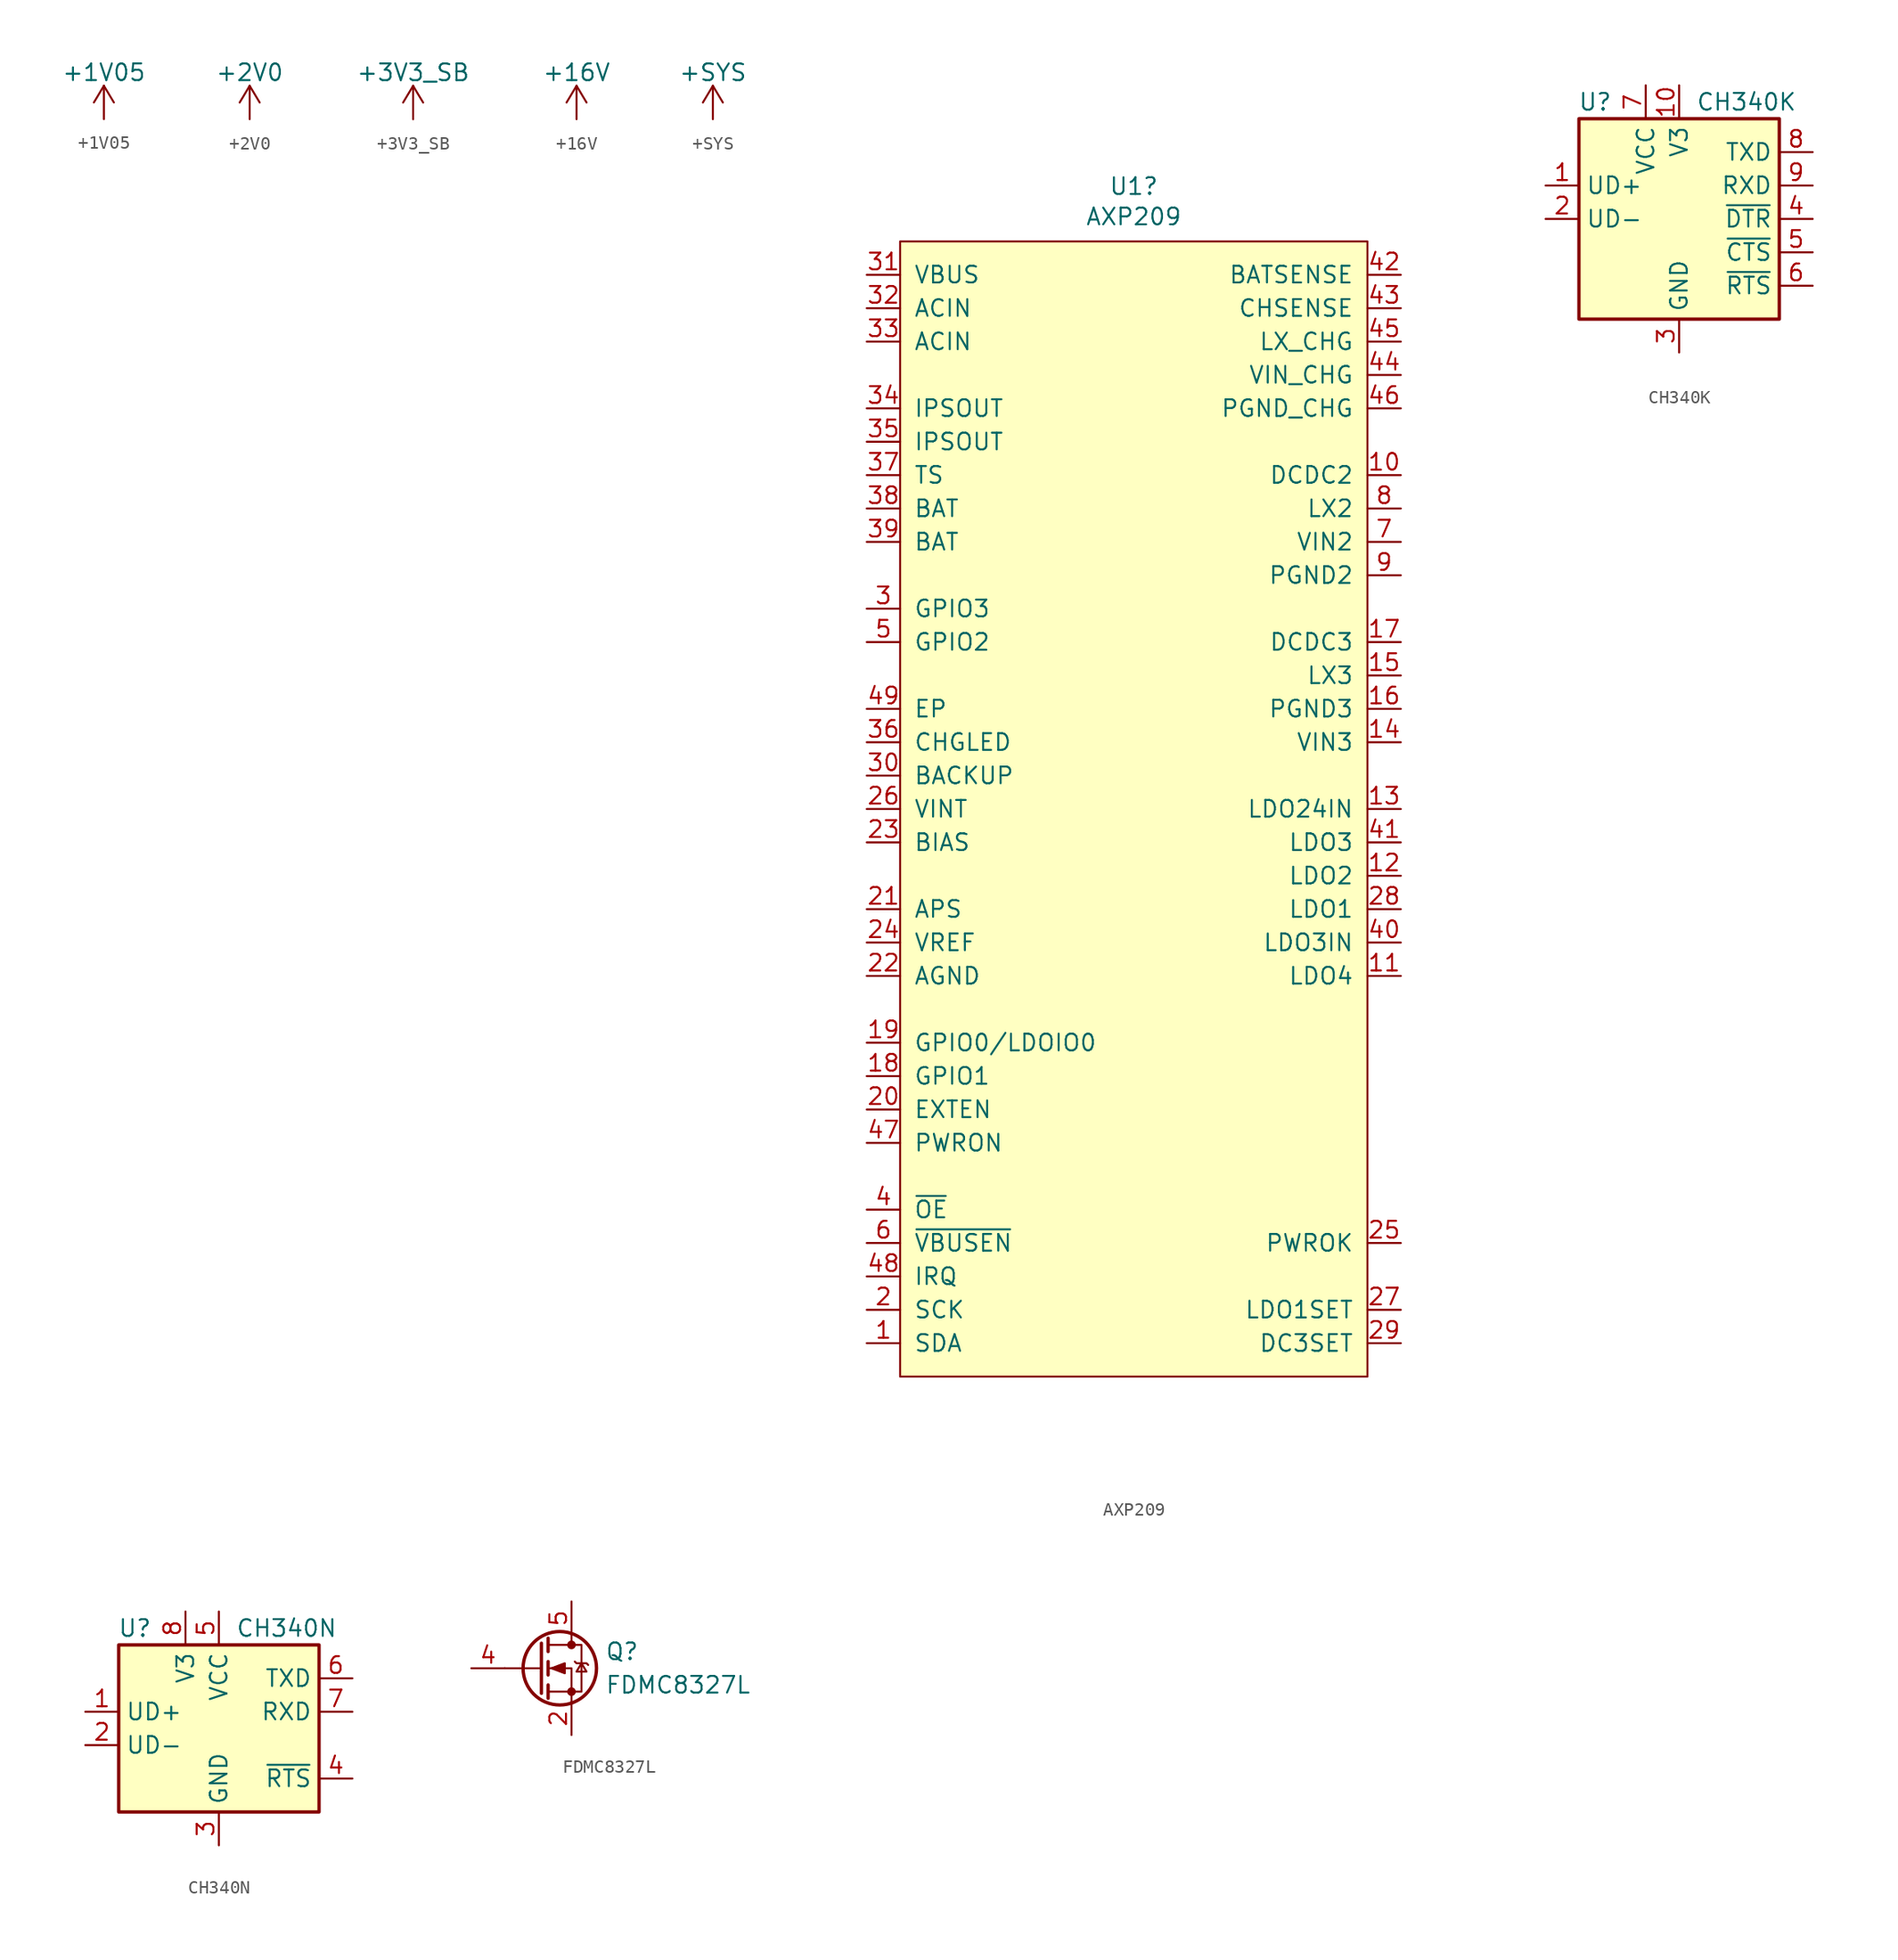
<source format=kicad_sym>
(kicad_symbol_lib
  (version 20231120)
  (generator "kicad_symbol_editor")
  (generator_version "8.0")
  (symbol "+1V05"
    (power)
    (pin_names
      (offset 0))
    (property "Reference" "#PWR"
      (at 0 -3.81 0)
      (effects (font (size 1.27 1.27)) (hide yes)))
    (property "Value" "+1V05"
      (at 0 3.556 0)
      (effects (font (size 1.27 1.27))))
    (symbol "+1V05_0_1"
      (polyline (pts (xy -0.762 1.27) (xy 0 2.54)) (stroke (width 0) (type default)) (fill (type none)))
      (polyline (pts (xy 0 0) (xy 0 2.54)) (stroke (width 0) (type default)) (fill (type none)))
      (polyline (pts (xy 0 2.54) (xy 0.762 1.27)) (stroke (width 0) (type default)) (fill (type none))))
    (symbol "+1V05_1_1"
      (pin power_in line (at 0 0 90) (length 0) hide (name "+1V05" (effects (font (size 1.27 1.27)))) (number "1" (effects (font (size 1.27 1.27)))))))
  (symbol "+2V0"
    (power)
    (pin_names
      (offset 0))
    (property "Reference" "#PWR"
      (at 0 -3.81 0)
      (effects (font (size 1.27 1.27)) (hide yes)))
    (property "Value" "+2V0"
      (at 0 3.556 0)
      (effects (font (size 1.27 1.27))))
    (symbol "+2V0_0_1"
      (polyline (pts (xy -0.762 1.27) (xy 0 2.54)) (stroke (width 0) (type default)) (fill (type none)))
      (polyline (pts (xy 0 0) (xy 0 2.54)) (stroke (width 0) (type default)) (fill (type none)))
      (polyline (pts (xy 0 2.54) (xy 0.762 1.27)) (stroke (width 0) (type default)) (fill (type none))))
    (symbol "+2V0_1_1"
      (pin power_in line (at 0 0 90) (length 0) hide (name "+2V0" (effects (font (size 1.27 1.27)))) (number "1" (effects (font (size 1.27 1.27)))))))
  (symbol "+3V3_SB"
    (power)
    (pin_names
      (offset 0))
    (property "Reference" "#PWR"
      (at 0 -3.81 0)
      (effects (font (size 1.27 1.27)) (hide yes)))
    (property "Value" "+3V3_SB"
      (at 0 3.556 0)
      (effects (font (size 1.27 1.27))))
    (symbol "+3V3_SB_0_1"
      (polyline (pts (xy -0.762 1.27) (xy 0 2.54)) (stroke (width 0) (type default)) (fill (type none)))
      (polyline (pts (xy 0 0) (xy 0 2.54)) (stroke (width 0) (type default)) (fill (type none)))
      (polyline (pts (xy 0 2.54) (xy 0.762 1.27)) (stroke (width 0) (type default)) (fill (type none))))
    (symbol "+3V3_SB_1_1"
      (pin power_in line (at 0 0 90) (length 0) hide (name "+3V3_SB" (effects (font (size 1.27 1.27)))) (number "1" (effects (font (size 1.27 1.27)))))))
  (symbol "+16V"
    (power)
    (pin_names
      (offset 0))
    (property "Reference" "#PWR"
      (at 0 -3.81 0)
      (effects (font (size 1.27 1.27)) (hide yes)))
    (property "Value" "+16V"
      (at 0 3.556 0)
      (effects (font (size 1.27 1.27))))
    (symbol "+16V_0_1"
      (polyline (pts (xy -0.762 1.27) (xy 0 2.54)) (stroke (width 0) (type default)) (fill (type none)))
      (polyline (pts (xy 0 0) (xy 0 2.54)) (stroke (width 0) (type default)) (fill (type none)))
      (polyline (pts (xy 0 2.54) (xy 0.762 1.27)) (stroke (width 0) (type default)) (fill (type none))))
    (symbol "+16V_1_1"
      (pin power_in line (at 0 0 90) (length 0) hide (name "+16V" (effects (font (size 1.27 1.27)))) (number "1" (effects (font (size 1.27 1.27)))))))
  (symbol "+SYS"
    (power)
    (pin_names
      (offset 0))
    (property "Reference" "#PWR"
      (at 0 -3.81 0)
      (effects (font (size 1.27 1.27)) (hide yes)))
    (property "Value" "+SYS"
      (at 0 3.556 0)
      (effects (font (size 1.27 1.27))))
    (symbol "+SYS_0_1"
      (polyline (pts (xy -0.762 1.27) (xy 0 2.54)) (stroke (width 0) (type default)) (fill (type none)))
      (polyline (pts (xy 0 0) (xy 0 2.54)) (stroke (width 0) (type default)) (fill (type none)))
      (polyline (pts (xy 0 2.54) (xy 0.762 1.27)) (stroke (width 0) (type default)) (fill (type none))))
    (symbol "+SYS_1_1"
      (pin power_in line (at 0 0 90) (length 0) hide (name "+SYS" (effects (font (size 1.27 1.27)))) (number "1" (effects (font (size 1.27 1.27)))))))
  (symbol "AXP209"
    (pin_names
      (offset 1.016))
    (property "Reference" "U1"
      (at 0 1.651 0)
      (effects (font (size 1.27 1.27))))
    (property "Value" "AXP209"
      (at 0 -0.66 0)
      (effects (font (size 1.27 1.27))))
    (symbol "AXP209_0_1"
      (rectangle (start -17.78 -2.54) (end 17.78 -88.9) (stroke (width 0) (type default)) (fill (type background))))
    (symbol "AXP209_1_1"
      (pin bidirectional line (at -20.32 -86.36 0) (length 2.54) (name "SDA" (effects (font (size 1.27 1.27)))) (number "1" (effects (font (size 1.27 1.27)))))
      (pin power_in line (at 20.32 -20.32 180) (length 2.54) (name "DCDC2" (effects (font (size 1.27 1.27)))) (number "10" (effects (font (size 1.27 1.27)))))
      (pin power_out line (at 20.32 -58.42 180) (length 2.54) (name "LDO4" (effects (font (size 1.27 1.27)))) (number "11" (effects (font (size 1.27 1.27)))))
      (pin power_out line (at 20.32 -50.8 180) (length 2.54) (name "LDO2" (effects (font (size 1.27 1.27)))) (number "12" (effects (font (size 1.27 1.27)))))
      (pin power_in line (at 20.32 -45.72 180) (length 2.54) (name "LDO24IN" (effects (font (size 1.27 1.27)))) (number "13" (effects (font (size 1.27 1.27)))))
      (pin power_in line (at 20.32 -40.64 180) (length 2.54) (name "VIN3" (effects (font (size 1.27 1.27)))) (number "14" (effects (font (size 1.27 1.27)))))
      (pin power_in line (at 20.32 -35.56 180) (length 2.54) (name "LX3" (effects (font (size 1.27 1.27)))) (number "15" (effects (font (size 1.27 1.27)))))
      (pin power_in line (at 20.32 -38.1 180) (length 2.54) (name "PGND3" (effects (font (size 1.27 1.27)))) (number "16" (effects (font (size 1.27 1.27)))))
      (pin power_in line (at 20.32 -33.02 180) (length 2.54) (name "DCDC3" (effects (font (size 1.27 1.27)))) (number "17" (effects (font (size 1.27 1.27)))))
      (pin bidirectional line (at -20.32 -66.04 0) (length 2.54) (name "GPIO1" (effects (font (size 1.27 1.27)))) (number "18" (effects (font (size 1.27 1.27)))))
      (pin bidirectional line (at -20.32 -63.5 0) (length 2.54) (name "GPIO0/LDOIO0" (effects (font (size 1.27 1.27)))) (number "19" (effects (font (size 1.27 1.27)))))
      (pin bidirectional line (at -20.32 -83.82 0) (length 2.54) (name "SCK" (effects (font (size 1.27 1.27)))) (number "2" (effects (font (size 1.27 1.27)))))
      (pin output line (at -20.32 -68.58 0) (length 2.54) (name "EXTEN" (effects (font (size 1.27 1.27)))) (number "20" (effects (font (size 1.27 1.27)))))
      (pin input line (at -20.32 -53.34 0) (length 2.54) (name "APS" (effects (font (size 1.27 1.27)))) (number "21" (effects (font (size 1.27 1.27)))))
      (pin power_in line (at -20.32 -58.42 0) (length 2.54) (name "AGND" (effects (font (size 1.27 1.27)))) (number "22" (effects (font (size 1.27 1.27)))))
      (pin input line (at -20.32 -48.26 0) (length 2.54) (name "BIAS" (effects (font (size 1.27 1.27)))) (number "23" (effects (font (size 1.27 1.27)))))
      (pin power_out line (at -20.32 -55.88 0) (length 2.54) (name "VREF" (effects (font (size 1.27 1.27)))) (number "24" (effects (font (size 1.27 1.27)))))
      (pin output line (at 20.32 -78.74 180) (length 2.54) (name "PWROK" (effects (font (size 1.27 1.27)))) (number "25" (effects (font (size 1.27 1.27)))))
      (pin power_out line (at -20.32 -45.72 0) (length 2.54) (name "VINT" (effects (font (size 1.27 1.27)))) (number "26" (effects (font (size 1.27 1.27)))))
      (pin input line (at 20.32 -83.82 180) (length 2.54) (name "LDO1SET" (effects (font (size 1.27 1.27)))) (number "27" (effects (font (size 1.27 1.27)))))
      (pin power_out line (at 20.32 -53.34 180) (length 2.54) (name "LDO1" (effects (font (size 1.27 1.27)))) (number "28" (effects (font (size 1.27 1.27)))))
      (pin input line (at 20.32 -86.36 180) (length 2.54) (name "DC3SET" (effects (font (size 1.27 1.27)))) (number "29" (effects (font (size 1.27 1.27)))))
      (pin bidirectional line (at -20.32 -30.48 0) (length 2.54) (name "GPIO3" (effects (font (size 1.27 1.27)))) (number "3" (effects (font (size 1.27 1.27)))))
      (pin power_in line (at -20.32 -43.18 0) (length 2.54) (name "BACKUP" (effects (font (size 1.27 1.27)))) (number "30" (effects (font (size 1.27 1.27)))))
      (pin power_in line (at -20.32 -5.08 0) (length 2.54) (name "VBUS" (effects (font (size 1.27 1.27)))) (number "31" (effects (font (size 1.27 1.27)))))
      (pin power_in line (at -20.32 -7.62 0) (length 2.54) (name "ACIN" (effects (font (size 1.27 1.27)))) (number "32" (effects (font (size 1.27 1.27)))))
      (pin power_in line (at -20.32 -10.16 0) (length 2.54) (name "ACIN" (effects (font (size 1.27 1.27)))) (number "33" (effects (font (size 1.27 1.27)))))
      (pin power_out line (at -20.32 -15.24 0) (length 2.54) (name "IPSOUT" (effects (font (size 1.27 1.27)))) (number "34" (effects (font (size 1.27 1.27)))))
      (pin power_out line (at -20.32 -17.78 0) (length 2.54) (name "IPSOUT" (effects (font (size 1.27 1.27)))) (number "35" (effects (font (size 1.27 1.27)))))
      (pin output line (at -20.32 -40.64 0) (length 2.54) (name "CHGLED" (effects (font (size 1.27 1.27)))) (number "36" (effects (font (size 1.27 1.27)))))
      (pin input line (at -20.32 -20.32 0) (length 2.54) (name "TS" (effects (font (size 1.27 1.27)))) (number "37" (effects (font (size 1.27 1.27)))))
      (pin power_in line (at -20.32 -22.86 0) (length 2.54) (name "BAT" (effects (font (size 1.27 1.27)))) (number "38" (effects (font (size 1.27 1.27)))))
      (pin power_in line (at -20.32 -25.4 0) (length 2.54) (name "BAT" (effects (font (size 1.27 1.27)))) (number "39" (effects (font (size 1.27 1.27)))))
      (pin input line (at -20.32 -76.2 0) (length 2.54) (name "~{OE}" (effects (font (size 1.27 1.27)))) (number "4" (effects (font (size 1.27 1.27)))))
      (pin power_in line (at 20.32 -55.88 180) (length 2.54) (name "LDO3IN" (effects (font (size 1.27 1.27)))) (number "40" (effects (font (size 1.27 1.27)))))
      (pin power_out line (at 20.32 -48.26 180) (length 2.54) (name "LDO3" (effects (font (size 1.27 1.27)))) (number "41" (effects (font (size 1.27 1.27)))))
      (pin input line (at 20.32 -5.08 180) (length 2.54) (name "BATSENSE" (effects (font (size 1.27 1.27)))) (number "42" (effects (font (size 1.27 1.27)))))
      (pin input line (at 20.32 -7.62 180) (length 2.54) (name "CHSENSE" (effects (font (size 1.27 1.27)))) (number "43" (effects (font (size 1.27 1.27)))))
      (pin output line (at 20.32 -12.7 180) (length 2.54) (name "VIN_CHG" (effects (font (size 1.27 1.27)))) (number "44" (effects (font (size 1.27 1.27)))))
      (pin output line (at 20.32 -10.16 180) (length 2.54) (name "LX_CHG" (effects (font (size 1.27 1.27)))) (number "45" (effects (font (size 1.27 1.27)))))
      (pin power_in line (at 20.32 -15.24 180) (length 2.54) (name "PGND_CHG" (effects (font (size 1.27 1.27)))) (number "46" (effects (font (size 1.27 1.27)))))
      (pin input line (at -20.32 -71.12 0) (length 2.54) (name "PWRON" (effects (font (size 1.27 1.27)))) (number "47" (effects (font (size 1.27 1.27)))))
      (pin output line (at -20.32 -81.28 0) (length 2.54) (name "IRQ" (effects (font (size 1.27 1.27)))) (number "48" (effects (font (size 1.27 1.27)))))
      (pin power_in line (at -20.32 -38.1 0) (length 2.54) (name "EP" (effects (font (size 1.27 1.27)))) (number "49" (effects (font (size 1.27 1.27)))))
      (pin bidirectional line (at -20.32 -33.02 0) (length 2.54) (name "GPIO2" (effects (font (size 1.27 1.27)))) (number "5" (effects (font (size 1.27 1.27)))))
      (pin input line (at -20.32 -78.74 0) (length 2.54) (name "~{VBUSEN}" (effects (font (size 1.27 1.27)))) (number "6" (effects (font (size 1.27 1.27)))))
      (pin power_in line (at 20.32 -25.4 180) (length 2.54) (name "VIN2" (effects (font (size 1.27 1.27)))) (number "7" (effects (font (size 1.27 1.27)))))
      (pin power_in line (at 20.32 -22.86 180) (length 2.54) (name "LX2" (effects (font (size 1.27 1.27)))) (number "8" (effects (font (size 1.27 1.27)))))
      (pin power_in line (at 20.32 -27.94 180) (length 2.54) (name "PGND2" (effects (font (size 1.27 1.27)))) (number "9" (effects (font (size 1.27 1.27)))))))
  (symbol "CH340K"
    (property "Reference" "U"
      (at -5.08 8.89 0)
      (effects (font (size 1.27 1.27)) (justify right)))
    (property "Value" "CH340K"
      (at 1.27 8.89 0)
      (effects (font (size 1.27 1.27)) (justify left)))
    (symbol "CH340K_0_1"
      (rectangle (start -7.62 7.62) (end 7.62 -7.62) (stroke (width 0.254) (type default)) (fill (type background))))
    (symbol "CH340K_1_1"
      (pin bidirectional line (at -10.16 2.54 0) (length 2.54) (name "UD+" (effects (font (size 1.27 1.27)))) (number "1" (effects (font (size 1.27 1.27)))))
      (pin passive line (at 0 10.16 270) (length 2.54) (name "V3" (effects (font (size 1.27 1.27)))) (number "10" (effects (font (size 1.27 1.27)))))
      (pin bidirectional line (at -10.16 0 0) (length 2.54) (name "UD-" (effects (font (size 1.27 1.27)))) (number "2" (effects (font (size 1.27 1.27)))))
      (pin power_in line (at 0 -10.16 90) (length 2.54) (name "GND" (effects (font (size 1.27 1.27)))) (number "3" (effects (font (size 1.27 1.27)))))
      (pin output line (at 10.16 0 180) (length 2.54) (name "~{DTR}" (effects (font (size 1.27 1.27)))) (number "4" (effects (font (size 1.27 1.27)))))
      (pin output line (at 10.16 -2.54 180) (length 2.54) (name "~{CTS}" (effects (font (size 1.27 1.27)))) (number "5" (effects (font (size 1.27 1.27)))))
      (pin output line (at 10.16 -5.08 180) (length 2.54) (name "~{RTS}" (effects (font (size 1.27 1.27)))) (number "6" (effects (font (size 1.27 1.27)))))
      (pin power_in line (at -2.54 10.16 270) (length 2.54) (name "VCC" (effects (font (size 1.27 1.27)))) (number "7" (effects (font (size 1.27 1.27)))))
      (pin output line (at 10.16 5.08 180) (length 2.54) (name "TXD" (effects (font (size 1.27 1.27)))) (number "8" (effects (font (size 1.27 1.27)))))
      (pin input line (at 10.16 2.54 180) (length 2.54) (name "RXD" (effects (font (size 1.27 1.27)))) (number "9" (effects (font (size 1.27 1.27)))))))
  (symbol "CH340N"
    (property "Reference" "U"
      (at -5.08 8.89 0)
      (effects (font (size 1.27 1.27)) (justify right)))
    (property "Value" "CH340N"
      (at 1.27 8.89 0)
      (effects (font (size 1.27 1.27)) (justify left)))
    (symbol "CH340N_0_1"
      (rectangle (start -7.62 7.62) (end 7.62 -5.08) (stroke (width 0.254) (type default)) (fill (type background))))
    (symbol "CH340N_1_1"
      (pin bidirectional line (at -10.16 2.54 0) (length 2.54) (name "UD+" (effects (font (size 1.27 1.27)))) (number "1" (effects (font (size 1.27 1.27)))))
      (pin bidirectional line (at -10.16 0 0) (length 2.54) (name "UD-" (effects (font (size 1.27 1.27)))) (number "2" (effects (font (size 1.27 1.27)))))
      (pin power_in line (at 0 -7.62 90) (length 2.54) (name "GND" (effects (font (size 1.27 1.27)))) (number "3" (effects (font (size 1.27 1.27)))))
      (pin output line (at 10.16 -2.54 180) (length 2.54) (name "~{RTS}" (effects (font (size 1.27 1.27)))) (number "4" (effects (font (size 1.27 1.27)))))
      (pin power_in line (at 0 10.16 270) (length 2.54) (name "VCC" (effects (font (size 1.27 1.27)))) (number "5" (effects (font (size 1.27 1.27)))))
      (pin output line (at 10.16 5.08 180) (length 2.54) (name "TXD" (effects (font (size 1.27 1.27)))) (number "6" (effects (font (size 1.27 1.27)))))
      (pin input line (at 10.16 2.54 180) (length 2.54) (name "RXD" (effects (font (size 1.27 1.27)))) (number "7" (effects (font (size 1.27 1.27)))))
      (pin passive line (at -2.54 10.16 270) (length 2.54) (name "V3" (effects (font (size 1.27 1.27)))) (number "8" (effects (font (size 1.27 1.27)))))))
  (symbol "FDMC8327L"
    (pin_names
      (offset 0) hide)
    (property "Reference" "Q"
      (at 5.08 1.27 0)
      (effects (font (size 1.27 1.27)) (justify left)))
    (property "Value" "FDMC8327L"
      (at 5.08 -1.27 0)
      (effects (font (size 1.27 1.27)) (justify left)))
    (symbol "FDMC8327L_0_1"
      (polyline (pts (xy 0.254 0) (xy -2.54 0)) (stroke (width 0) (type default)) (fill (type none)))
      (polyline (pts (xy 0.254 1.905) (xy 0.254 -1.905)) (stroke (width 0.254) (type default)) (fill (type none)))
      (polyline (pts (xy 0.762 -1.27) (xy 0.762 -2.286)) (stroke (width 0.254) (type default)) (fill (type none)))
      (polyline (pts (xy 0.762 0.508) (xy 0.762 -0.508)) (stroke (width 0.254) (type default)) (fill (type none)))
      (polyline (pts (xy 0.762 2.286) (xy 0.762 1.27)) (stroke (width 0.254) (type default)) (fill (type none)))
      (polyline (pts (xy 2.54 2.54) (xy 2.54 1.778)) (stroke (width 0) (type default)) (fill (type none)))
      (polyline (pts (xy 2.54 -2.54) (xy 2.54 0) (xy 0.762 0)) (stroke (width 0) (type default)) (fill (type none)))
      (polyline (pts (xy 0.762 -1.778) (xy 3.302 -1.778) (xy 3.302 1.778) (xy 0.762 1.778)) (stroke (width 0) (type default)) (fill (type none)))
      (polyline (pts (xy 1.016 0) (xy 2.032 0.381) (xy 2.032 -0.381) (xy 1.016 0)) (stroke (width 0) (type default)) (fill (type outline)))
      (polyline (pts (xy 2.794 0.508) (xy 2.921 0.381) (xy 3.683 0.381) (xy 3.81 0.254)) (stroke (width 0) (type default)) (fill (type none)))
      (polyline (pts (xy 3.302 0.381) (xy 2.921 -0.254) (xy 3.683 -0.254) (xy 3.302 0.381)) (stroke (width 0) (type default)) (fill (type none)))
      (circle (center 1.651 0) (radius 2.794) (stroke (width 0.254) (type default)) (fill (type none)))
      (circle (center 2.54 -1.778) (radius 0.254) (stroke (width 0) (type default)) (fill (type outline)))
      (circle (center 2.54 1.778) (radius 0.254) (stroke (width 0) (type default)) (fill (type outline))))
    (symbol "FDMC8327L_1_1"
      (pin passive line (at 2.54 -5.08 90) (length 2.54) hide (name "S" (effects (font (size 1.27 1.27)))) (number "1" (effects (font (size 1.27 1.27)))))
      (pin passive line (at 2.54 -5.08 90) (length 2.54) (name "S" (effects (font (size 1.27 1.27)))) (number "2" (effects (font (size 1.27 1.27)))))
      (pin passive line (at 2.54 -5.08 90) (length 2.54) hide (name "S" (effects (font (size 1.27 1.27)))) (number "3" (effects (font (size 1.27 1.27)))))
      (pin input line (at -5.08 0 0) (length 2.54) (name "G" (effects (font (size 1.27 1.27)))) (number "4" (effects (font (size 1.27 1.27)))))
      (pin passive line (at 2.54 5.08 270) (length 2.54) (name "D" (effects (font (size 1.27 1.27)))) (number "5" (effects (font (size 1.27 1.27))))))))
</source>
